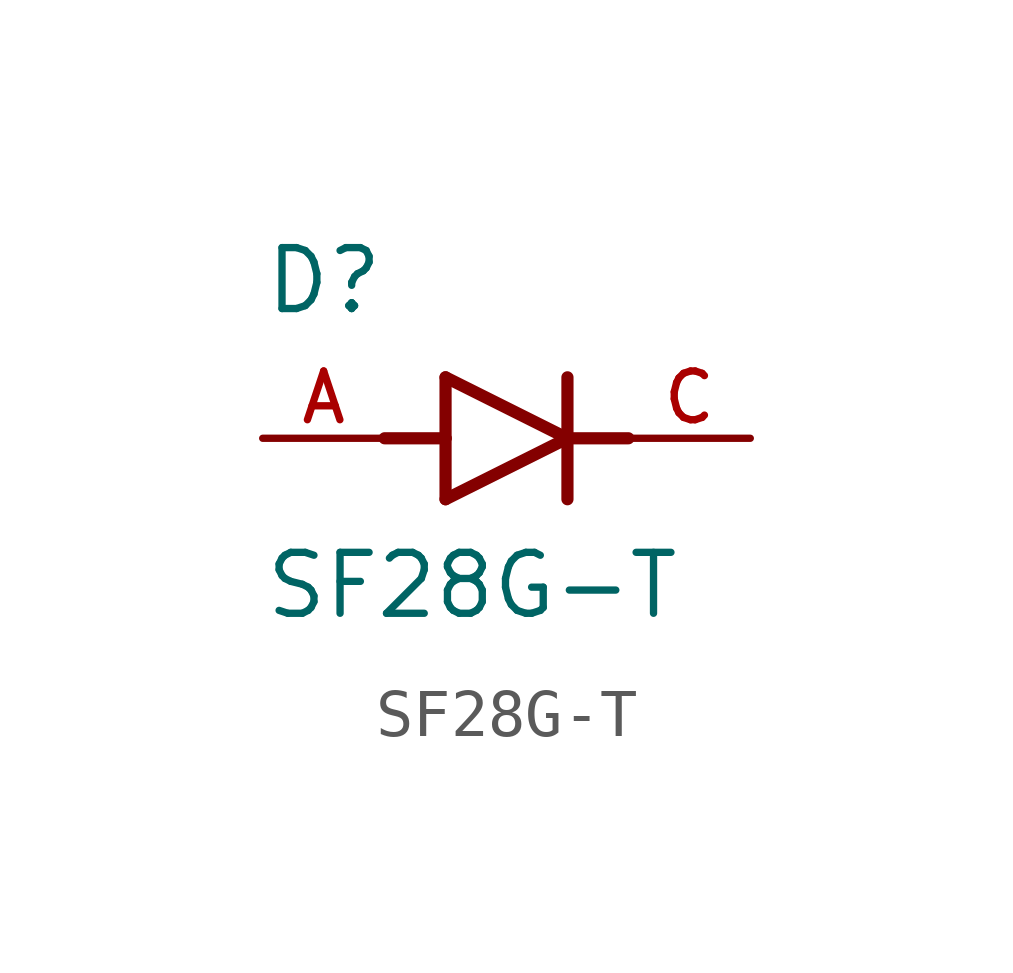
<source format=kicad_sym>
(kicad_symbol_lib
  (version 20211014)
  (generator kicad_symbol_editor)
  (symbol "SF28G-T"
    (pin_names
      (offset 1.016))
    (property "Reference" "D"
      (at -5.08 2.54 0)
      (effects (font (size 1.27 1.27)) (justify bottom left)))
    (property "Value" "SF28G-T"
      (at -5.08 -3.81 0)
      (effects (font (size 1.27 1.27)) (justify bottom left)))
    (symbol "SF28G-T_0_0"
      (polyline (pts (xy -1.27 -1.27) (xy 1.27 0.0)) (stroke (width 0.254)))
      (polyline (pts (xy 1.27 0.0) (xy -1.27 1.27)) (stroke (width 0.254)))
      (polyline (pts (xy 1.27 1.27) (xy 1.27 0.0)) (stroke (width 0.254)))
      (polyline (pts (xy -1.27 1.27) (xy -1.27 0.0)) (stroke (width 0.254)))
      (polyline (pts (xy -1.27 0.0) (xy -1.27 -1.27)) (stroke (width 0.254)))
      (polyline (pts (xy 1.27 0.0) (xy 1.27 -1.27)) (stroke (width 0.254)))
      (polyline (pts (xy -2.54 0.0) (xy -1.27 0.0)) (stroke (width 0.254)))
      (polyline (pts (xy 1.27 0.0) (xy 2.54 0.0)) (stroke (width 0.254)))
      (pin passive line (at 5.08 0.0 180.0) (length 2.54) (name "~" (effects (font (size 1.016 1.016)))) (number "C" (effects (font (size 1.016 1.016)))))
      (pin passive line (at -5.08 0.0 0) (length 2.54) (name "~" (effects (font (size 1.016 1.016)))) (number "A" (effects (font (size 1.016 1.016))))))))
</source>
